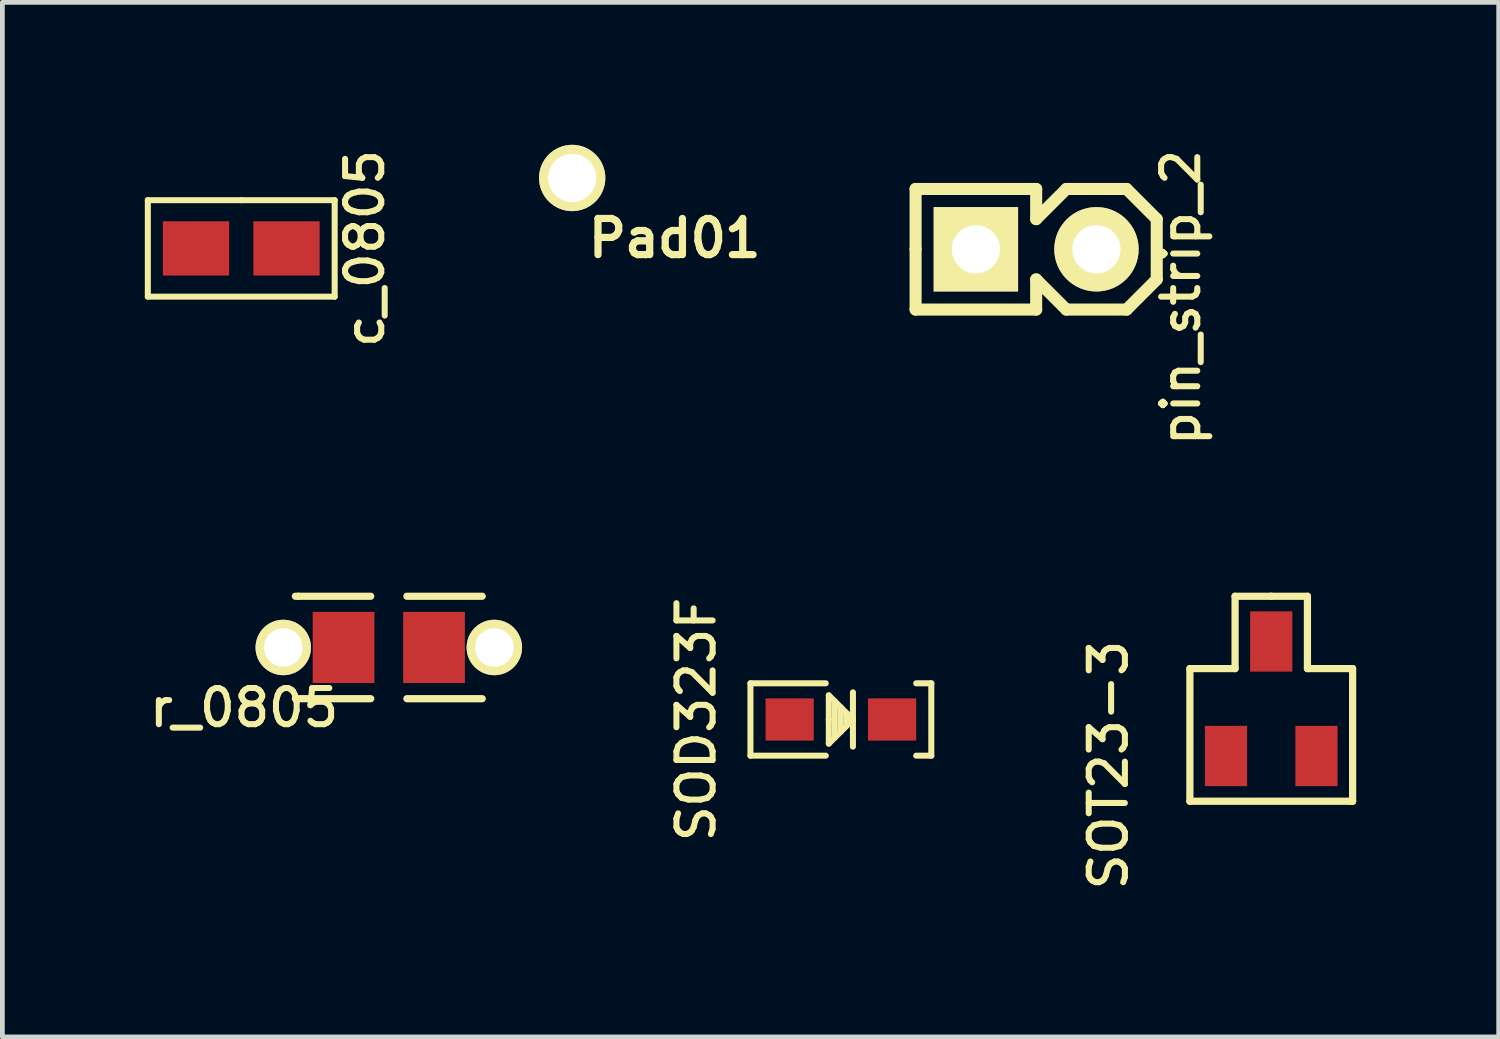
<source format=kicad_pcb>
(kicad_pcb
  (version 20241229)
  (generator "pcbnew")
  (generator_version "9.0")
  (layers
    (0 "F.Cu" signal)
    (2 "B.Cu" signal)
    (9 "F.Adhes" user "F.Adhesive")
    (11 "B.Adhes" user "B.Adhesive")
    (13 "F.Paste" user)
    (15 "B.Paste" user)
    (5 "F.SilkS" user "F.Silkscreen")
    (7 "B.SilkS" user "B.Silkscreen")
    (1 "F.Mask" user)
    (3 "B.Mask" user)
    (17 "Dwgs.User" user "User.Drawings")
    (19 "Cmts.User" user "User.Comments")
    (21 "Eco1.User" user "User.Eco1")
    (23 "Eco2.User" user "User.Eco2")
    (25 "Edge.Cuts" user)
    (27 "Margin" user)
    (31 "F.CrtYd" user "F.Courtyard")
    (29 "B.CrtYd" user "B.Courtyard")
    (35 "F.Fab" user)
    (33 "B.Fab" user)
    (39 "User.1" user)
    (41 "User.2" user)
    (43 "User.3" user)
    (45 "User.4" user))
  (footprint "SOT23-3"
    (layer "F.Cu")
    (at 23.729 11.669)
    (property "Reference" "SOT23-3" (at -3.429 1.397 270) (layer "F.SilkS") (effects (font (size 0.762 0.762) (thickness 0.127))))
    (attr smd)
    (fp_line (start -1.714 -0.635) (end -1.714 2.159) (stroke (width 0.152) (type solid)) (layer "F.SilkS"))
    (fp_line (start -1.714 2.159) (end 1.651 2.159) (stroke (width 0.152) (type solid)) (layer "F.SilkS"))
    (fp_line (start -0.762 -2.159) (end -0.762 -0.635) (stroke (width 0.152) (type solid)) (layer "F.SilkS"))
    (fp_line (start -0.762 -0.635) (end -1.714 -0.635) (stroke (width 0.152) (type solid)) (layer "F.SilkS"))
    (fp_line (start 0 -2.159) (end -0.762 -2.159) (stroke (width 0.152) (type solid)) (layer "F.SilkS"))
    (fp_line (start 0.762 -2.159) (end 0 -2.159) (stroke (width 0.152) (type solid)) (layer "F.SilkS"))
    (fp_line (start 0.762 -0.635) (end 0.762 -2.159) (stroke (width 0.152) (type solid)) (layer "F.SilkS"))
    (fp_line (start 1.651 2.159) (end 1.714 2.159) (stroke (width 0.152) (type solid)) (layer "F.SilkS"))
    (fp_line (start 1.714 -0.635) (end 0.762 -0.635) (stroke (width 0.152) (type solid)) (layer "F.SilkS"))
    (fp_line (start 1.714 2.159) (end 1.714 -0.635) (stroke (width 0.152) (type solid)) (layer "F.SilkS"))
    (pad "D" smd rect (at 0 -1.206) (size 0.889 1.27) (layers "F.Cu" "F.Mask" "F.Paste"))
    (pad "G" smd rect (at -0.953 1.206) (size 0.889 1.27) (layers "F.Cu" "F.Mask" "F.Paste"))
    (pad "S" smd rect (at 0.953 1.206) (size 0.889 1.27) (layers "F.Cu" "F.Mask" "F.Paste")))
  (footprint "r_0805"
    (layer "F.Cu")
    (at 5.14 10.589)
    (property "Reference" "r_0805" (at -3.048 1.27 0) (layer "F.SilkS") (effects (font (size 0.762 0.762) (thickness 0.127))))
    (attr smd)
    (fp_line (start -1.968 1.079) (end -0.381 1.079) (stroke (width 0.152) (type solid)) (layer "F.SilkS"))
    (fp_line (start -1.905 -1.079) (end -1.968 -1.079) (stroke (width 0.152) (type solid)) (layer "F.SilkS"))
    (fp_line (start -0.381 -1.079) (end -1.905 -1.079) (stroke (width 0.152) (type solid)) (layer "F.SilkS"))
    (fp_line (start 0.381 1.079) (end 1.968 1.079) (stroke (width 0.152) (type solid)) (layer "F.SilkS"))
    (fp_line (start 1.968 -1.079) (end 0.381 -1.079) (stroke (width 0.152) (type solid)) (layer "F.SilkS"))
    (pad "1" smd rect (at 0.953 0) (size 1.3 1.499) (layers "F.Cu" "F.Mask" "F.Paste"))
    (pad "1" thru_hole circle (at 2.223 0) (size 1.168 1.168) (drill 0.813) (layers "*.Cu" "*.Mask" "F.SilkS"))
    (pad "2" thru_hole circle (at -2.223 0) (size 1.168 1.168) (drill 0.813) (layers "*.Cu" "*.Mask" "F.SilkS"))
    (pad "2" smd rect (at -0.953 0) (size 1.3 1.499) (layers "F.Cu" "F.Mask" "F.Paste")))
  (footprint "c_0805"
    (layer "F.Cu")
    (at 2.032 2.183)
    (property "Reference" "c_0805" (at 2.603 0 90) (layer "F.SilkS") (effects (font (size 0.762 0.762) (thickness 0.127))))
    (attr smd)
    (fp_line (start -1.968 -1.016) (end -1.968 1.016) (stroke (width 0.127) (type solid)) (layer "F.SilkS"))
    (fp_line (start -1.968 1.016) (end 1.968 1.016) (stroke (width 0.127) (type solid)) (layer "F.SilkS"))
    (fp_line (start 0 -1.016) (end -1.968 -1.016) (stroke (width 0.127) (type solid)) (layer "F.SilkS"))
    (fp_line (start 1.968 -1.016) (end 0 -1.016) (stroke (width 0.127) (type solid)) (layer "F.SilkS"))
    (fp_line (start 1.968 1.016) (end 1.968 -1.016) (stroke (width 0.127) (type solid)) (layer "F.SilkS"))
    (pad "1" smd rect (at 0.953 0) (size 1.397 1.143) (layers "F.Cu" "F.Mask" "F.Paste"))
    (pad "2" smd rect (at -0.953 0) (size 1.397 1.143) (layers "F.Cu" "F.Mask" "F.Paste")))
  (footprint "SOD323F"
    (layer "F.Cu")
    (at 14.663 12.106)
    (property "Reference" "SOD323F" (at -3.048 0 90) (layer "F.SilkS") (effects (font (size 0.762 0.762) (thickness 0.127))))
    (attr smd)
    (fp_line (start -1.905 -0.762) (end -1.905 0.762) (stroke (width 0.127) (type solid)) (layer "F.SilkS"))
    (fp_line (start -1.905 0.762) (end -0.318 0.762) (stroke (width 0.127) (type solid)) (layer "F.SilkS"))
    (fp_line (start -0.318 -0.762) (end -1.905 -0.762) (stroke (width 0.127) (type solid)) (layer "F.SilkS"))
    (fp_line (start -0.254 -0.508) (end 0.254 0) (stroke (width 0.127) (type solid)) (layer "F.SilkS"))
    (fp_line (start -0.254 0) (end -0.254 -0.508) (stroke (width 0.127) (type solid)) (layer "F.SilkS"))
    (fp_line (start -0.254 0.508) (end -0.254 0) (stroke (width 0.127) (type solid)) (layer "F.SilkS"))
    (fp_line (start -0.127 0.381) (end -0.127 -0.381) (stroke (width 0.127) (type solid)) (layer "F.SilkS"))
    (fp_line (start 0 0.254) (end 0 -0.254) (stroke (width 0.127) (type solid)) (layer "F.SilkS"))
    (fp_line (start 0.127 0.064) (end 0.127 -0.127) (stroke (width 0.127) (type solid)) (layer "F.SilkS"))
    (fp_line (start 0.254 -0.572) (end 0.254 0.572) (stroke (width 0.127) (type solid)) (layer "F.SilkS"))
    (fp_line (start 0.254 0) (end -0.254 0.508) (stroke (width 0.127) (type solid)) (layer "F.SilkS"))
    (fp_line (start 1.587 0.762) (end 1.905 0.762) (stroke (width 0.127) (type solid)) (layer "F.SilkS"))
    (fp_line (start 1.905 -0.762) (end 1.587 -0.762) (stroke (width 0.127) (type solid)) (layer "F.SilkS"))
    (fp_line (start 1.905 0.762) (end 1.905 -0.762) (stroke (width 0.127) (type solid)) (layer "F.SilkS"))
    (pad "1" smd rect (at -1.079 0) (size 1.016 0.889) (layers "F.Cu" "F.Mask" "F.Paste"))
    (pad "2" smd rect (at 1.079 0) (size 1.016 0.889) (layers "F.Cu" "F.Mask" "F.Paste")))
  (footprint "Pad01"
    (layer "F.Cu")
    (at 9.003 0.699)
    (property "Reference" "Pad01" (at 2.159 1.27 0) (layer "F.SilkS") (effects (font (size 0.762 0.762) (thickness 0.152))))
    (attr through_hole)
    (pad "1" thru_hole circle (at 0 0) (size 1.397 1.397) (drill 1.016) (layers "*.Cu" "*.Mask" "F.SilkS")))
  (footprint "pin_strip_2"
    (layer "F.Cu")
    (at 18.777 2.201)
    (property "Reference" "pin_strip_2" (at 3.048 1.016 90) (layer "F.SilkS") (effects (font (size 0.762 0.762) (thickness 0.127))))
    (attr smd)
    (fp_line (start -2.54 -1.27) (end 0 -1.27) (stroke (width 0.254) (type solid)) (layer "F.SilkS"))
    (fp_line (start -2.54 0) (end -2.54 -1.27) (stroke (width 0.254) (type solid)) (layer "F.SilkS"))
    (fp_line (start -2.54 1.27) (end -2.54 0) (stroke (width 0.254) (type solid)) (layer "F.SilkS"))
    (fp_line (start 0 -1.27) (end 0 -0.635) (stroke (width 0.254) (type solid)) (layer "F.SilkS"))
    (fp_line (start 0 -0.635) (end 0.635 -1.27) (stroke (width 0.254) (type solid)) (layer "F.SilkS"))
    (fp_line (start 0 0.635) (end 0 1.27) (stroke (width 0.254) (type solid)) (layer "F.SilkS"))
    (fp_line (start 0 1.27) (end -2.54 1.27) (stroke (width 0.254) (type solid)) (layer "F.SilkS"))
    (fp_line (start 0.635 -1.27) (end 1.27 -1.27) (stroke (width 0.254) (type solid)) (layer "F.SilkS"))
    (fp_line (start 0.635 1.27) (end 0 0.635) (stroke (width 0.254) (type solid)) (layer "F.SilkS"))
    (fp_line (start 1.27 -1.27) (end 1.905 -1.27) (stroke (width 0.254) (type solid)) (layer "F.SilkS"))
    (fp_line (start 1.905 -1.27) (end 2.54 -0.635) (stroke (width 0.254) (type solid)) (layer "F.SilkS"))
    (fp_line (start 1.905 1.27) (end 0.635 1.27) (stroke (width 0.254) (type solid)) (layer "F.SilkS"))
    (fp_line (start 2.54 -0.635) (end 2.54 0.635) (stroke (width 0.254) (type solid)) (layer "F.SilkS"))
    (fp_line (start 2.54 0.635) (end 1.905 1.27) (stroke (width 0.254) (type solid)) (layer "F.SilkS"))
    (pad "1" thru_hole rect (at -1.27 0) (size 1.778 1.778) (drill 1.016) (layers "*.Cu" "*.Mask" "F.SilkS"))
    (pad "2" thru_hole circle (at 1.27 0) (size 1.778 1.778) (drill 1.016) (layers "*.Cu" "*.Mask" "F.SilkS")))
  (gr_rect
    (start -3 -3)
    (end 28.52 18.793)
    (stroke (width 0.1) (type default))
    (fill no)
    (layer "Edge.Cuts")))
</source>
